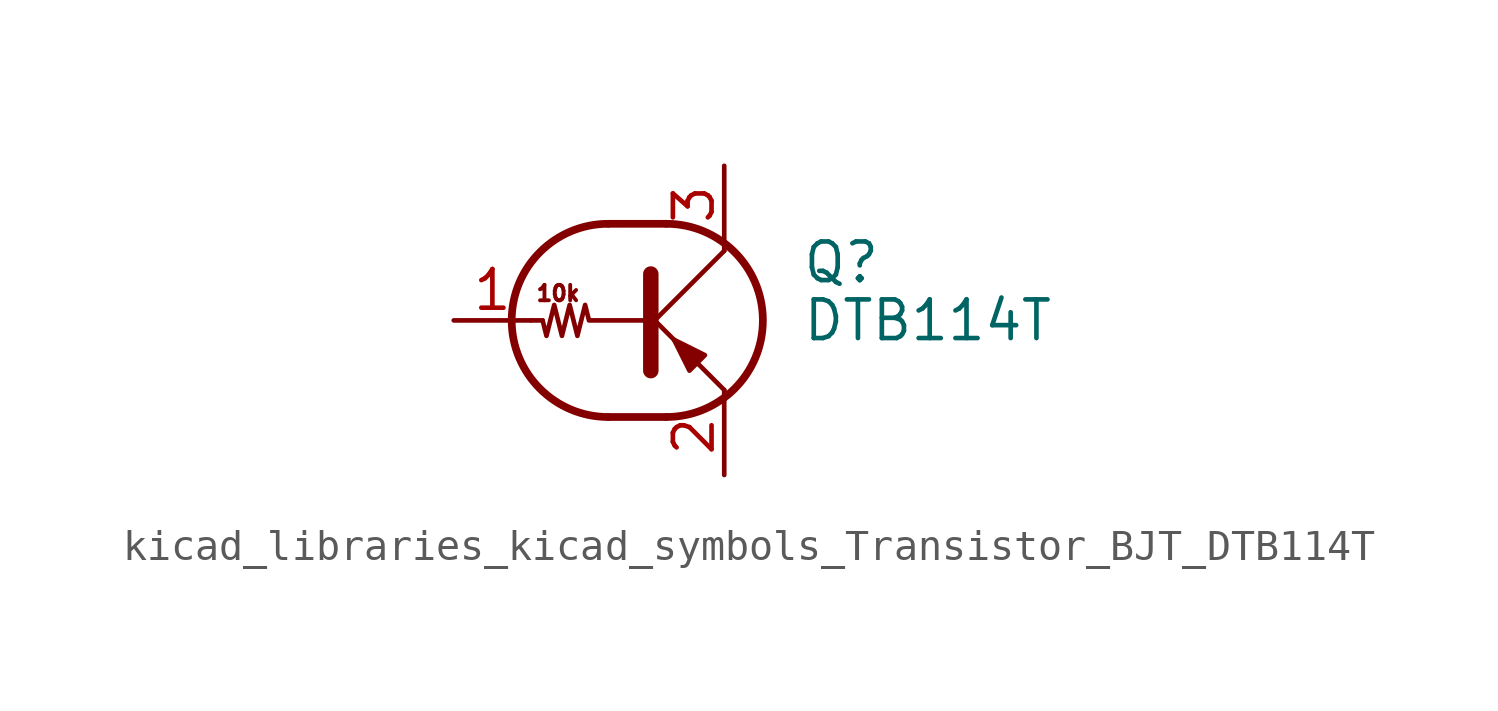
<source format=kicad_sym>
(kicad_symbol_lib
  (version 20220914)
  (generator kicad_symbol_editor)
  (symbol "kicad_libraries_kicad_symbols_Transistor_BJT_DTB114T"
    (pin_names
      (offset 0) hide)
    (property "Reference" "Q"
      (at 5.08 1.905 0)
      (effects (font (size 1.27 1.27)) (justify left)))
    (property "Value" "DTB114T"
      (at 5.08 0 0)
      (effects (font (size 1.27 1.27)) (justify left)))
    (symbol "kicad_libraries_kicad_symbols_Transistor_BJT_DTB114T_0_0"
      (polyline (pts (xy 2.54 -2.286) (xy 2.54 -2.54)) (stroke (width 0) (type default)) (fill (type none)))
      (text "10k" (at -2.921 0.889 0) (effects (font (size 0.508 0.508)))))
    (symbol "kicad_libraries_kicad_symbols_Transistor_BJT_DTB114T_0_1"
      (arc (start -1.27 3.175) (mid -4.4312 0) (end -1.27 -3.175) (stroke (width 0.254) (type default)) (fill (type none)))
      (polyline (pts (xy -3.429 0) (xy -3.81 0)) (stroke (width 0) (type default)) (fill (type none)))
      (polyline (pts (xy -1.27 -3.175) (xy 0.635 -3.175)) (stroke (width 0.254) (type default)) (fill (type none)))
      (polyline (pts (xy -1.27 3.175) (xy 0.635 3.175)) (stroke (width 0.254) (type default)) (fill (type none)))
      (polyline (pts (xy 0 -0.254) (xy 2.54 2.286)) (stroke (width 0) (type default)) (fill (type none)))
      (polyline (pts (xy 0.127 1.524) (xy 0.127 -1.651)) (stroke (width 0.508) (type default)) (fill (type outline)))
      (polyline (pts (xy 2.54 2.286) (xy 2.54 2.54)) (stroke (width 0) (type default)) (fill (type none)))
      (polyline (pts (xy 2.54 -2.286) (xy 0 0.254) (xy 0 0.254)) (stroke (width 0) (type default)) (fill (type none)))
      (polyline (pts (xy 1.397 -1.651) (xy 1.905 -1.143) (xy 0.889 -0.635) (xy 1.397 -1.651)) (stroke (width 0) (type default)) (fill (type outline)))
      (polyline (pts (xy 0 0) (xy -1.905 0) (xy -2.032 0.508) (xy -2.286 -0.508) (xy -2.54 0.508) (xy -2.794 -0.508) (xy -3.048 0.508) (xy -3.302 -0.508) (xy -3.429 0)) (stroke (width 0) (type default)) (fill (type none)))
      (arc (start 0.635 -3.175) (mid 3.7962 0) (end 0.635 3.175) (stroke (width 0.254) (type default)) (fill (type none))))
    (symbol "kicad_libraries_kicad_symbols_Transistor_BJT_DTB114T_1_1"
      (pin input line (at -6.35 0 0) (length 2.54) (name "B" (effects (font (size 1.27 1.27)))) (number "1" (effects (font (size 1.27 1.27)))))
      (pin passive line (at 2.54 -5.08 90) (length 2.54) (name "E" (effects (font (size 1.27 1.27)))) (number "2" (effects (font (size 1.27 1.27)))))
      (pin passive line (at 2.54 5.08 270) (length 2.54) (name "C" (effects (font (size 1.27 1.27)))) (number "3" (effects (font (size 1.27 1.27))))))))
</source>
